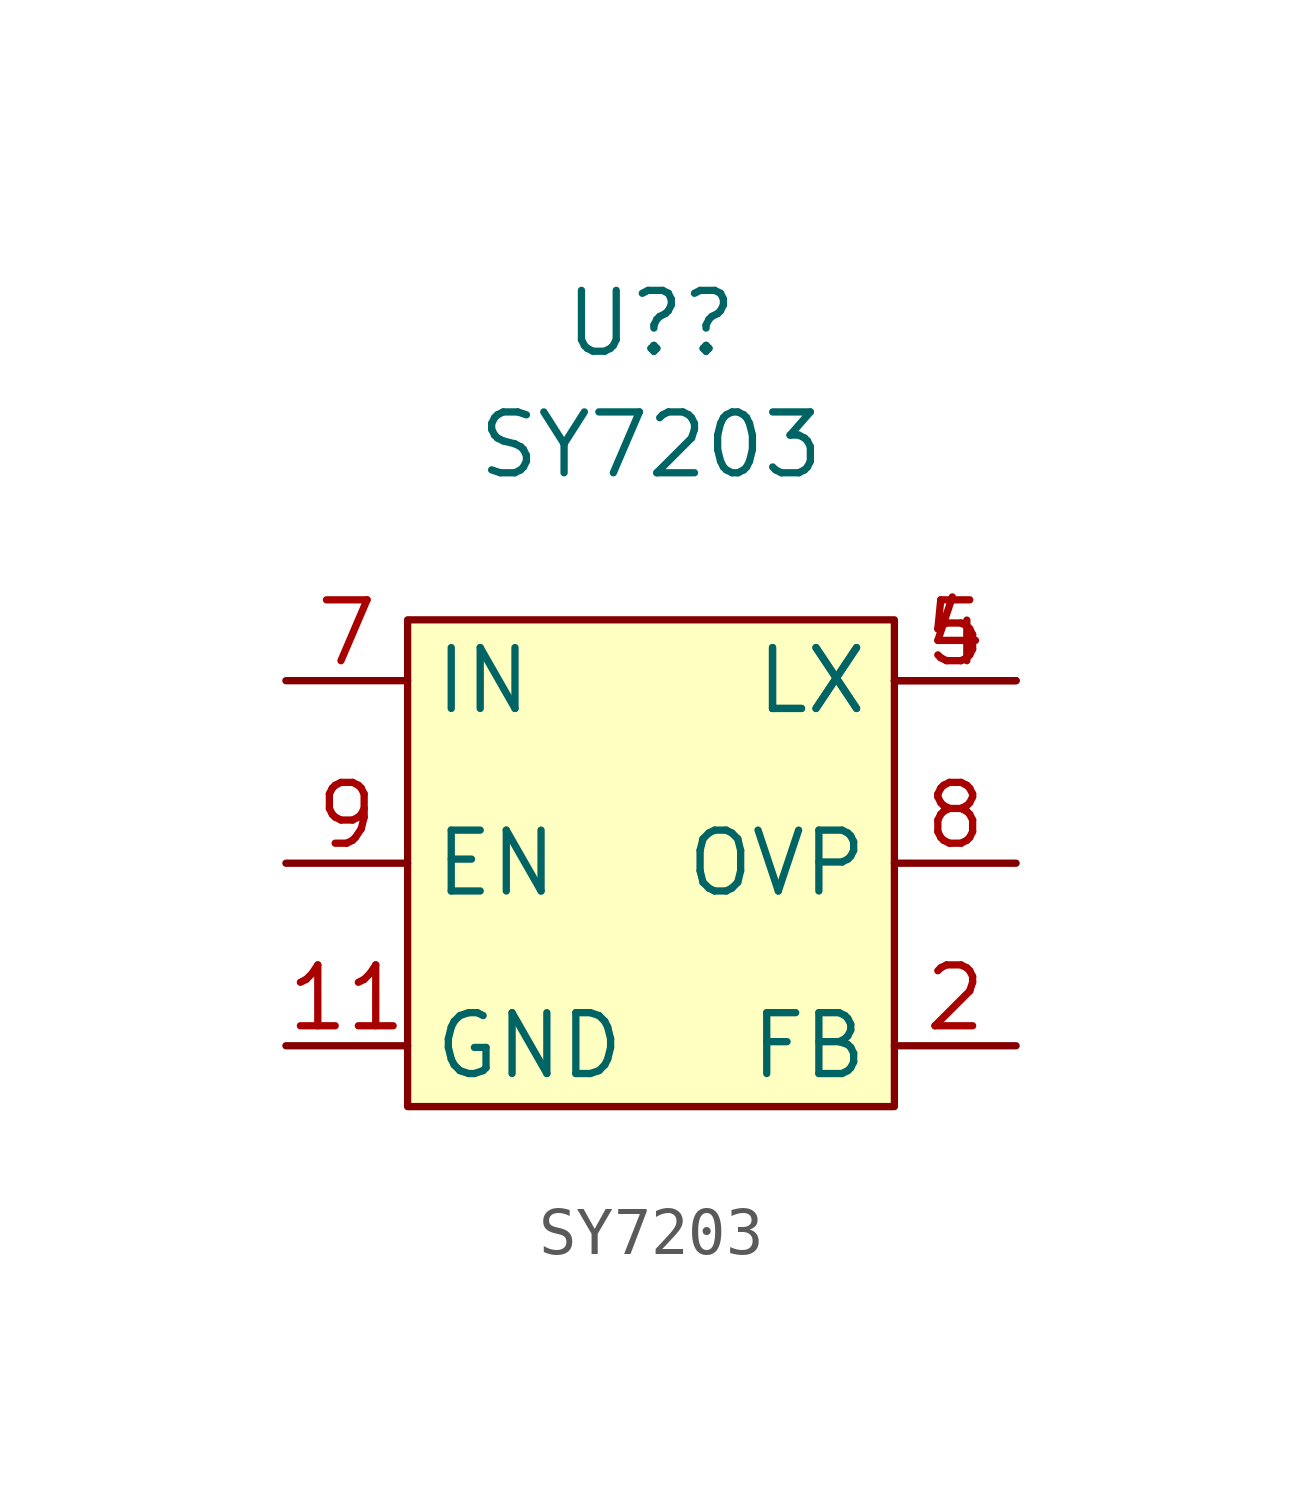
<source format=kicad_sym>
(kicad_symbol_lib
  (version 20211014)
  (generator kicad_symbol_editor)
  (symbol "SY7203"
    (property "Reference" "U?"
      (at 0 11.266 0)
      (effects (font (size 1.27 1.27))))
    (property "Value" "SY7203"
      (at 0 8.729 0)
      (effects (font (size 1.27 1.27))))
    (symbol "SY7203_0_1"
      (rectangle (start -5.08 5.08) (end 5.08 -5.08) (stroke (width 0.152) (type default) (color 0 0 0 0)) (fill (type background))))
    (symbol "SY7203_1_1"
      (pin input line (at -7.62 -3.81 0) (length 2.54) (name "GND" (effects (font (size 1.27 1.27)))) (number "11" (effects (font (size 1.27 1.27)))))
      (pin input line (at 7.62 -3.81 180) (length 2.54) (name "FB" (effects (font (size 1.27 1.27)))) (number "2" (effects (font (size 1.27 1.27)))))
      (pin input line (at 7.62 3.81 180) (length 2.54) (name "LX" (effects (font (size 1.27 1.27)))) (number "4" (effects (font (size 1.27 1.27)))))
      (pin input line (at 7.62 3.81 180) (length 2.54) (name "LX" (effects (font (size 1.27 1.27)))) (number "5" (effects (font (size 1.27 1.27)))))
      (pin input line (at -7.62 3.81 0) (length 2.54) (name "IN" (effects (font (size 1.27 1.27)))) (number "7" (effects (font (size 1.27 1.27)))))
      (pin input line (at 7.62 0 180) (length 2.54) (name "OVP" (effects (font (size 1.27 1.27)))) (number "8" (effects (font (size 1.27 1.27)))))
      (pin input line (at -7.62 0 0) (length 2.54) (name "EN" (effects (font (size 1.27 1.27)))) (number "9" (effects (font (size 1.27 1.27))))))))
</source>
